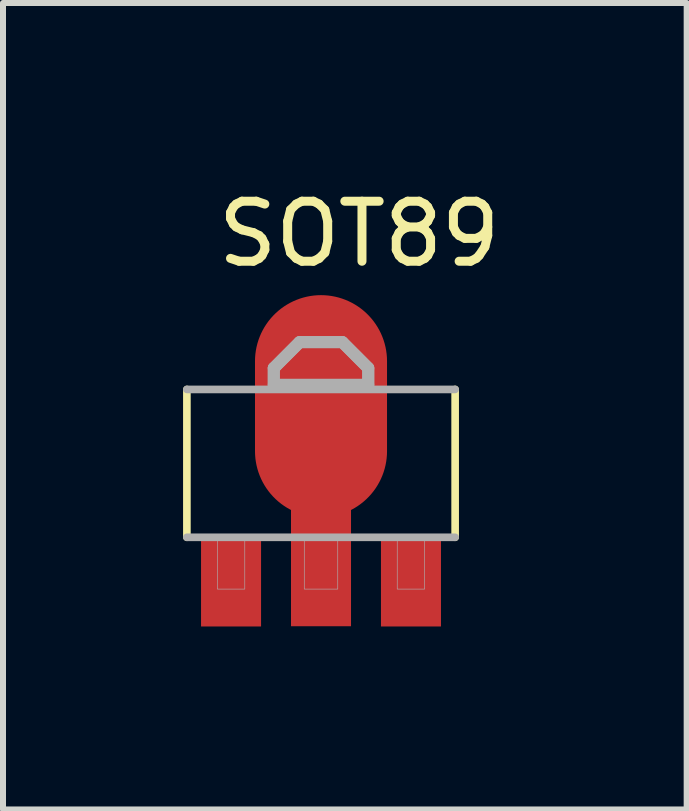
<source format=kicad_pcb>
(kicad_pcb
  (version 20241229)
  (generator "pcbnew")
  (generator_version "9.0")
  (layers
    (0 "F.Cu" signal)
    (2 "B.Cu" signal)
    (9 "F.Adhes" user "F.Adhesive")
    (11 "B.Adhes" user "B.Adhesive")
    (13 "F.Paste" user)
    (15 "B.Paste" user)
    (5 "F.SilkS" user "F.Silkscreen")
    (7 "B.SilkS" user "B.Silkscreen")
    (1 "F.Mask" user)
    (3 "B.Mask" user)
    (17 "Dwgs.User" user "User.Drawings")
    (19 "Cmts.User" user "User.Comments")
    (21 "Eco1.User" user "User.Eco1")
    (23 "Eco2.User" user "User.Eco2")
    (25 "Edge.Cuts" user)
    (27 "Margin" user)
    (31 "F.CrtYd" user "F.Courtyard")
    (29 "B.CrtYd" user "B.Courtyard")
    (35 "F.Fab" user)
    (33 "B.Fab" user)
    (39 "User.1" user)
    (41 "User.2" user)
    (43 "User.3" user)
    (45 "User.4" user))
  (footprint "SOT89"
    (layer "F.Cu")
    (at 2.299 4.658)
    (property "Reference" "SOT89" (at 0.635 -3.81 0) (layer "F.SilkS") (effects (font (size 1 1) (thickness 0.15))))
    (attr smd)
    (fp_poly (pts (xy -2.025 1.2) (xy -0.975 1.2) (xy -0.975 2.775) (xy -2.025 2.775)) (stroke (width 0.01) (type solid)) (fill yes) (layer "F.Mask"))
    (fp_poly (pts (xy -0.525 1.2) (xy 0.525 1.2) (xy 0.525 2.775) (xy -0.525 2.775)) (stroke (width 0.01) (type solid)) (fill yes) (layer "F.Mask"))
    (fp_poly (pts (xy 0.975 1.2) (xy 2.025 1.2) (xy 2.025 2.775) (xy 0.975 2.775)) (stroke (width 0.01) (type solid)) (fill yes) (layer "F.Mask"))
    (fp_line (start -2.235 1.245) (end -2.235 -1.219) (stroke (width 0.127) (type solid)) (layer "F.SilkS"))
    (fp_line (start 2.235 -1.219) (end 2.235 1.245) (stroke (width 0.127) (type solid)) (layer "F.SilkS"))
    (fp_poly (pts (xy -1.9 1.28) (xy -1.1 1.28) (xy -1.1 2.68) (xy -1.9 2.68)) (stroke (width 0.01) (type solid)) (fill yes) (layer "F.Paste"))
    (fp_poly (pts (xy -0.9 -2.2) (xy 0.9 -2.2) (xy 0.9 0) (xy -0.9 0)) (stroke (width 0.01) (type solid)) (fill yes) (layer "F.Paste"))
    (fp_poly (pts (xy -0.4 1.28) (xy 0.4 1.28) (xy 0.4 2.68) (xy -0.4 2.68)) (stroke (width 0.01) (type solid)) (fill yes) (layer "F.Paste"))
    (fp_poly (pts (xy 1.1 1.28) (xy 1.9 1.28) (xy 1.9 2.68) (xy 1.1 2.68)) (stroke (width 0.01) (type solid)) (fill yes) (layer "F.Paste"))
    (fp_line (start -2.235 -1.219) (end 2.235 -1.219) (stroke (width 0.127) (type solid)) (layer "F.Fab"))
    (fp_line (start -0.787 -1.575) (end -0.356 -2.007) (stroke (width 0.2) (type solid)) (layer "F.Fab"))
    (fp_line (start -0.787 -1.295) (end -0.787 -1.575) (stroke (width 0.2) (type solid)) (layer "F.Fab"))
    (fp_line (start -0.356 -2.007) (end 0.356 -2.007) (stroke (width 0.2) (type solid)) (layer "F.Fab"))
    (fp_line (start 0.356 -2.007) (end 0.787 -1.575) (stroke (width 0.2) (type solid)) (layer "F.Fab"))
    (fp_line (start 0.787 -1.575) (end 0.787 -1.295) (stroke (width 0.2) (type solid)) (layer "F.Fab"))
    (fp_line (start 0.787 -1.295) (end -0.787 -1.295) (stroke (width 0.2) (type solid)) (layer "F.Fab"))
    (fp_line (start 2.235 1.245) (end -2.235 1.245) (stroke (width 0.127) (type solid)) (layer "F.Fab"))
    (fp_poly (pts (xy -1.727 1.27) (xy -1.27 1.27) (xy -1.27 2.108) (xy -1.727 2.108)) (stroke (width 0.01) (type solid)) (fill no) (layer "F.Fab"))
    (fp_poly (pts (xy -0.279 1.27) (xy 0.279 1.27) (xy 0.279 2.108) (xy -0.279 2.108)) (stroke (width 0.01) (type solid)) (fill no) (layer "F.Fab"))
    (fp_poly (pts (xy 1.27 1.27) (xy 1.727 1.27) (xy 1.727 2.108) (xy 1.27 2.108)) (stroke (width 0.01) (type solid)) (fill no) (layer "F.Fab"))
    (fp_poly (pts (xy -0.787 -1.321) (xy -0.787 -1.575) (xy -0.356 -2.007) (xy 0.305 -2.007) (xy 0.356 -2.007) (xy 0.787 -1.575) (xy 0.787 -1.295) (xy -0.787 -1.295)) (stroke (width 0.2) (type solid)) (fill no) (layer "F.Fab"))
    (pad "1" smd rect (at -1.499 1.981) (size 1 1.5) (layers "F.Cu"))
    (pad "2" smd rect (at 0 1.727) (size 1 2) (layers "F.Cu"))
    (pad "2@1" smd oval (at 0 -0.94) (size 2.2 3.7) (layers "F.Cu" "F.Mask"))
    (pad "3" smd rect (at 1.499 1.981) (size 1 1.5) (layers "F.Cu")))
  (gr_rect
    (start -3 -3)
    (end 8.392 10.438)
    (stroke (width 0.1) (type default))
    (fill no)
    (layer "Edge.Cuts")))
</source>
